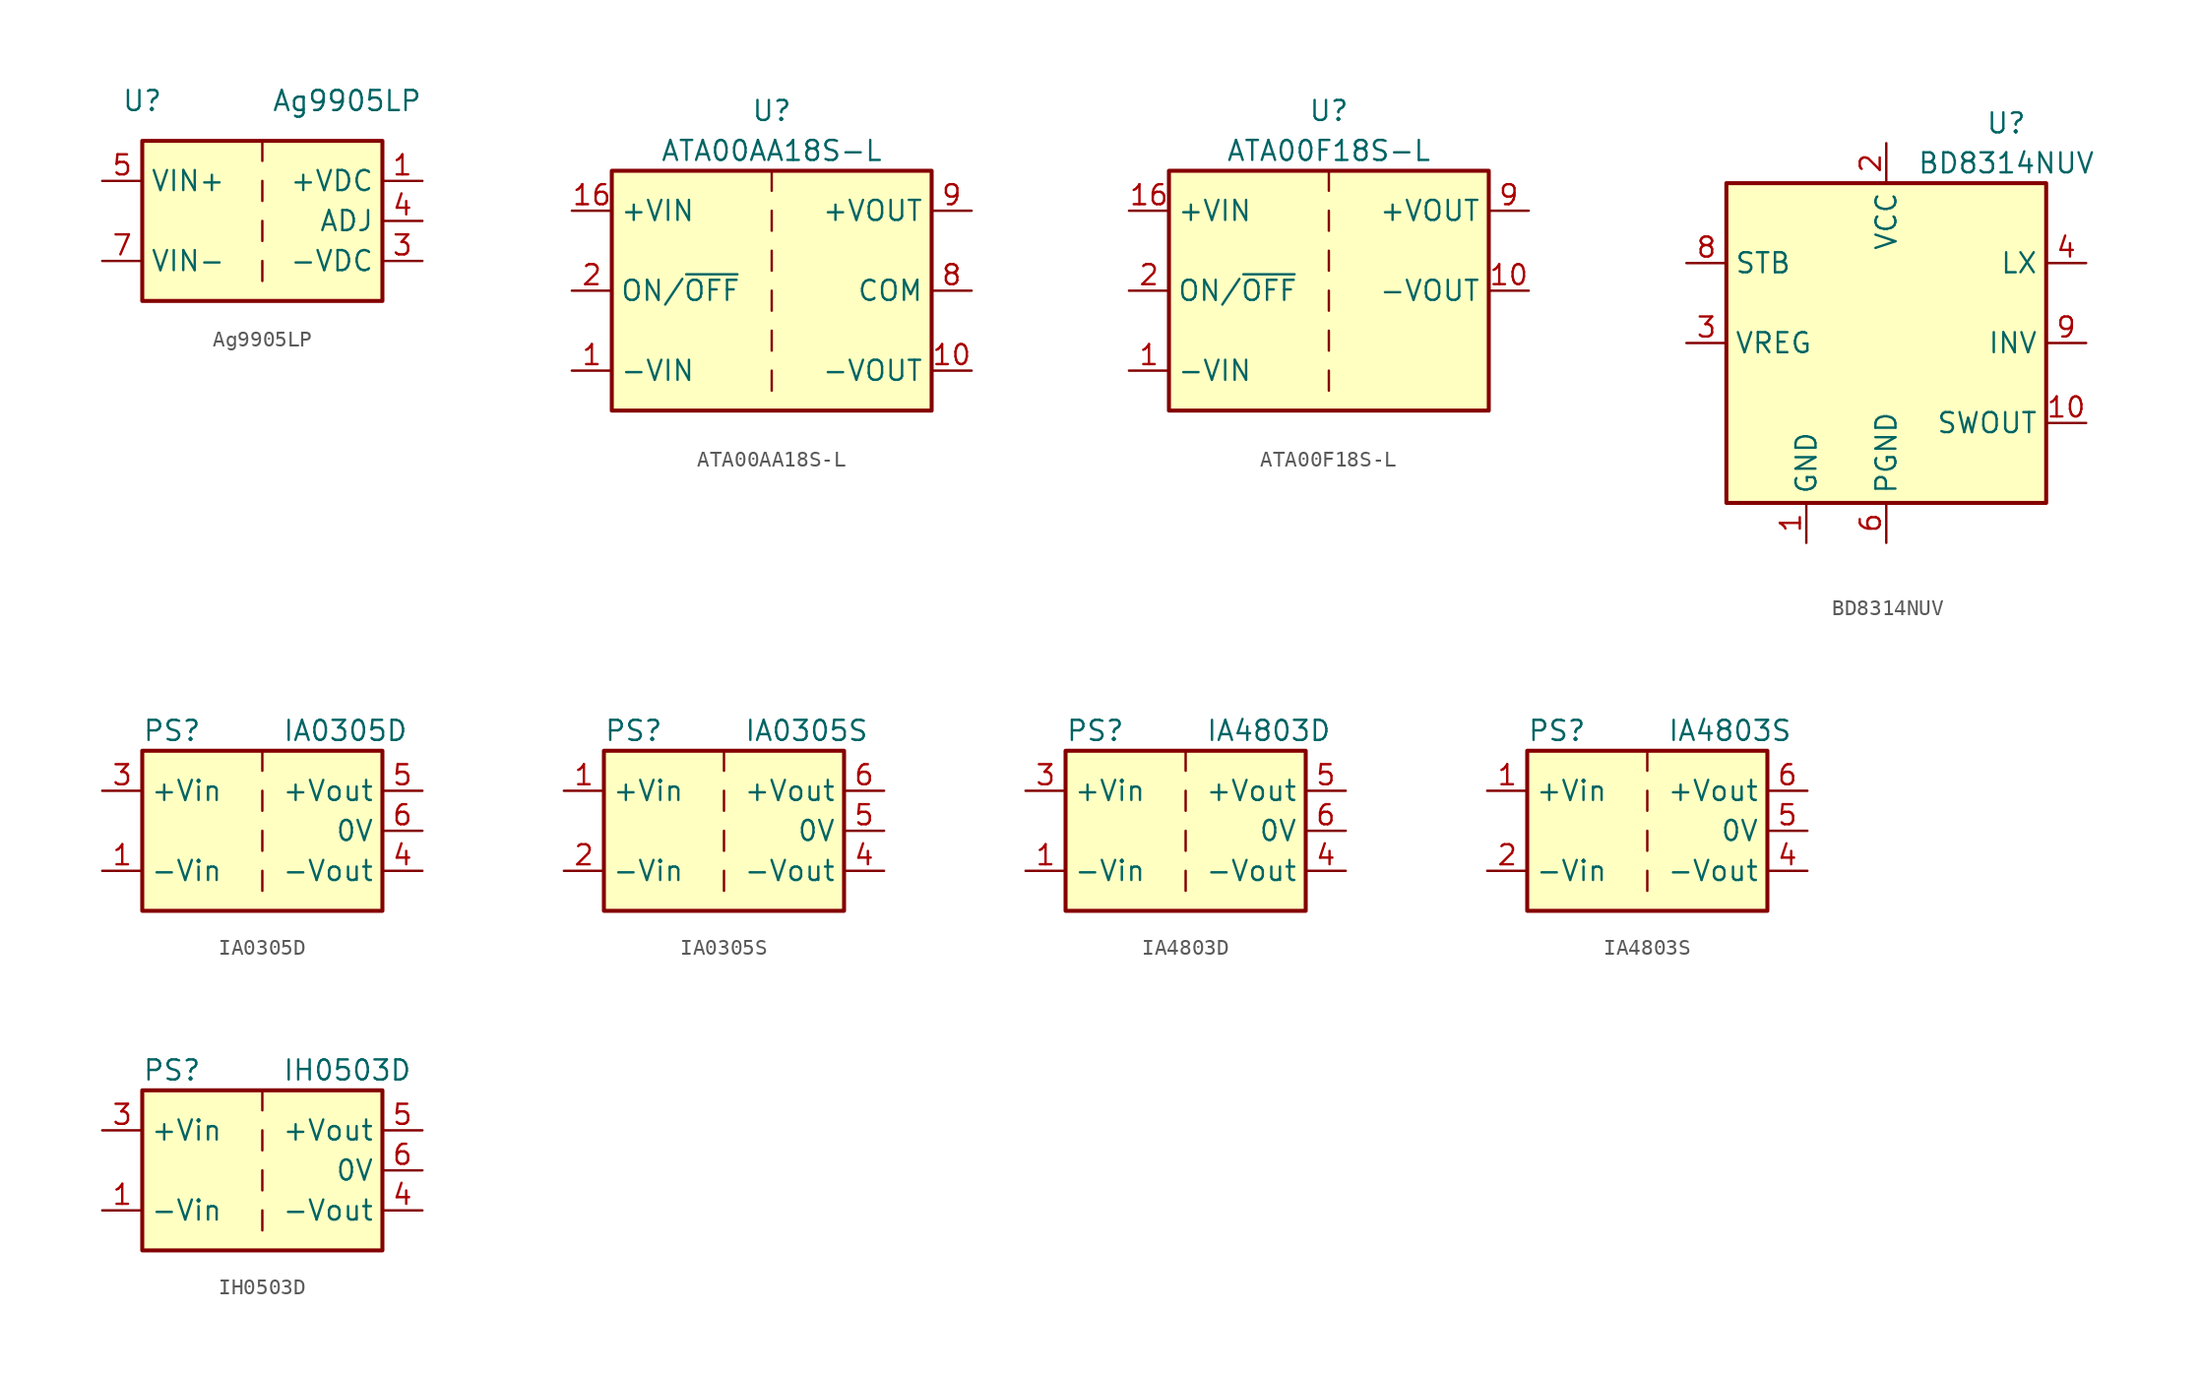
<source format=kicad_sym>
(kicad_symbol_lib
  (version 20241209)
  (generator "kicad_symbol_editor")
  (generator_version "9.0")
  (symbol "Ag9905LP"
    (property "Reference" "U"
      (at -7.62 7.62 0)
      (effects (font (size 1.27 1.27))))
    (property "Value" "Ag9905LP"
      (at 10.16 7.62 0)
      (effects (font (size 1.27 1.27)) (justify right)))
    (symbol "Ag9905LP_0_1"
      (rectangle (start -7.62 5.08) (end 7.62 -5.08) (stroke (width 0.254) (type default)) (fill (type background)))
      (polyline (pts (xy 0 5.08) (xy 0 3.81)) (stroke (width 0) (type default)) (fill (type none)))
      (polyline (pts (xy 0 2.54) (xy 0 1.27)) (stroke (width 0) (type default)) (fill (type none)))
      (polyline (pts (xy 0 0) (xy 0 -1.27)) (stroke (width 0) (type default)) (fill (type none)))
      (polyline (pts (xy 0 -2.54) (xy 0 -3.81)) (stroke (width 0) (type default)) (fill (type none))))
    (symbol "Ag9905LP_1_1"
      (pin power_in line (at -10.16 2.54 0) (length 2.54) (name "VIN+" (effects (font (size 1.27 1.27)))) (number "5" (effects (font (size 1.27 1.27)))))
      (pin passive line (at -10.16 2.54 0) (length 2.54) (hide yes) (name "VIN+" (effects (font (size 1.27 1.27)))) (number "6" (effects (font (size 1.27 1.27)))))
      (pin power_in line (at -10.16 -2.54 0) (length 2.54) (name "VIN-" (effects (font (size 1.27 1.27)))) (number "7" (effects (font (size 1.27 1.27)))))
      (pin passive line (at -10.16 -2.54 0) (length 2.54) (hide yes) (name "VIN-" (effects (font (size 1.27 1.27)))) (number "8" (effects (font (size 1.27 1.27)))))
      (pin power_out line (at 10.16 2.54 180) (length 2.54) (name "+VDC" (effects (font (size 1.27 1.27)))) (number "1" (effects (font (size 1.27 1.27)))))
      (pin passive line (at 10.16 2.54 180) (length 2.54) (hide yes) (name "+VDC" (effects (font (size 1.27 1.27)))) (number "2" (effects (font (size 1.27 1.27)))))
      (pin passive line (at 10.16 0 180) (length 2.54) (name "ADJ" (effects (font (size 1.27 1.27)))) (number "4" (effects (font (size 1.27 1.27)))))
      (pin power_out line (at 10.16 -2.54 180) (length 2.54) (name "-VDC" (effects (font (size 1.27 1.27)))) (number "3" (effects (font (size 1.27 1.27)))))))
  (symbol "ATA00AA18S-L"
    (property "Reference" "U"
      (at 0 11.43 0)
      (effects (font (size 1.27 1.27))))
    (property "Value" "ATA00AA18S-L"
      (at 0 8.89 0)
      (effects (font (size 1.27 1.27))))
    (symbol "ATA00AA18S-L_0_1"
      (rectangle (start -10.16 7.62) (end 10.16 -7.62) (stroke (width 0.254) (type default)) (fill (type background)))
      (polyline (pts (xy 0 7.62) (xy 0 6.35)) (stroke (width 0) (type default)) (fill (type none)))
      (polyline (pts (xy 0 5.08) (xy 0 3.81)) (stroke (width 0) (type default)) (fill (type none)))
      (polyline (pts (xy 0 2.54) (xy 0 1.27)) (stroke (width 0) (type default)) (fill (type none)))
      (polyline (pts (xy 0 0) (xy 0 -1.27)) (stroke (width 0) (type default)) (fill (type none)))
      (polyline (pts (xy 0 -2.54) (xy 0 -3.81)) (stroke (width 0) (type default)) (fill (type none)))
      (polyline (pts (xy 0 -5.08) (xy 0 -6.35)) (stroke (width 0) (type default)) (fill (type none))))
    (symbol "ATA00AA18S-L_1_1"
      (pin power_in line (at -12.7 5.08 0) (length 2.54) (name "+VIN" (effects (font (size 1.27 1.27)))) (number "16" (effects (font (size 1.27 1.27)))))
      (pin input line (at -12.7 0 0) (length 2.54) (name "ON/~{OFF}" (effects (font (size 1.27 1.27)))) (number "2" (effects (font (size 1.27 1.27)))))
      (pin power_in line (at -12.7 -5.08 0) (length 2.54) (name "-VIN" (effects (font (size 1.27 1.27)))) (number "1" (effects (font (size 1.27 1.27)))))
      (pin no_connect line (at 10.16 2.54 180) (length 2.54) (hide yes) (name "NC" (effects (font (size 1.27 1.27)))) (number "7" (effects (font (size 1.27 1.27)))))
      (pin power_out line (at 12.7 5.08 180) (length 2.54) (name "+VOUT" (effects (font (size 1.27 1.27)))) (number "9" (effects (font (size 1.27 1.27)))))
      (pin power_out line (at 12.7 0 180) (length 2.54) (name "COM" (effects (font (size 1.27 1.27)))) (number "8" (effects (font (size 1.27 1.27)))))
      (pin power_out line (at 12.7 -5.08 180) (length 2.54) (name "-VOUT" (effects (font (size 1.27 1.27)))) (number "10" (effects (font (size 1.27 1.27)))))))
  (symbol "ATA00F18S-L"
    (property "Reference" "U"
      (at 0 11.43 0)
      (effects (font (size 1.27 1.27))))
    (property "Value" "ATA00F18S-L"
      (at 0 8.89 0)
      (effects (font (size 1.27 1.27))))
    (symbol "ATA00F18S-L_0_1"
      (rectangle (start -10.16 7.62) (end 10.16 -7.62) (stroke (width 0.254) (type default)) (fill (type background)))
      (polyline (pts (xy 0 7.62) (xy 0 6.35)) (stroke (width 0) (type default)) (fill (type none)))
      (polyline (pts (xy 0 5.08) (xy 0 3.81)) (stroke (width 0) (type default)) (fill (type none)))
      (polyline (pts (xy 0 2.54) (xy 0 1.27)) (stroke (width 0) (type default)) (fill (type none)))
      (polyline (pts (xy 0 0) (xy 0 -1.27)) (stroke (width 0) (type default)) (fill (type none)))
      (polyline (pts (xy 0 -2.54) (xy 0 -3.81)) (stroke (width 0) (type default)) (fill (type none)))
      (polyline (pts (xy 0 -5.08) (xy 0 -6.35)) (stroke (width 0) (type default)) (fill (type none))))
    (symbol "ATA00F18S-L_1_1"
      (pin power_in line (at -12.7 5.08 0) (length 2.54) (name "+VIN" (effects (font (size 1.27 1.27)))) (number "16" (effects (font (size 1.27 1.27)))))
      (pin input line (at -12.7 0 0) (length 2.54) (name "ON/~{OFF}" (effects (font (size 1.27 1.27)))) (number "2" (effects (font (size 1.27 1.27)))))
      (pin power_in line (at -12.7 -5.08 0) (length 2.54) (name "-VIN" (effects (font (size 1.27 1.27)))) (number "1" (effects (font (size 1.27 1.27)))))
      (pin no_connect line (at 10.16 -2.54 180) (length 2.54) (hide yes) (name "NC" (effects (font (size 1.27 1.27)))) (number "7" (effects (font (size 1.27 1.27)))))
      (pin no_connect line (at 10.16 -5.08 180) (length 2.54) (hide yes) (name "NC" (effects (font (size 1.27 1.27)))) (number "8" (effects (font (size 1.27 1.27)))))
      (pin power_out line (at 12.7 5.08 180) (length 2.54) (name "+VOUT" (effects (font (size 1.27 1.27)))) (number "9" (effects (font (size 1.27 1.27)))))
      (pin power_out line (at 12.7 0 180) (length 2.54) (name "-VOUT" (effects (font (size 1.27 1.27)))) (number "10" (effects (font (size 1.27 1.27)))))))
  (symbol "BD8314NUV"
    (property "Reference" "U"
      (at 7.62 13.97 0)
      (effects (font (size 1.27 1.27))))
    (property "Value" "BD8314NUV"
      (at 7.62 11.43 0)
      (effects (font (size 1.27 1.27))))
    (symbol "BD8314NUV_0_1"
      (rectangle (start -10.16 10.16) (end 10.16 -10.16) (stroke (width 0.254) (type default)) (fill (type background))))
    (symbol "BD8314NUV_1_1"
      (pin input line (at -12.7 5.08 0) (length 2.54) (name "STB" (effects (font (size 1.27 1.27)))) (number "8" (effects (font (size 1.27 1.27)))))
      (pin passive line (at -12.7 0 0) (length 2.54) (name "VREG" (effects (font (size 1.27 1.27)))) (number "3" (effects (font (size 1.27 1.27)))))
      (pin power_in line (at -5.08 -12.7 90) (length 2.54) (name "GND" (effects (font (size 1.27 1.27)))) (number "1" (effects (font (size 1.27 1.27)))))
      (pin power_in line (at 0 12.7 270) (length 2.54) (name "VCC" (effects (font (size 1.27 1.27)))) (number "2" (effects (font (size 1.27 1.27)))))
      (pin passive line (at 0 -12.7 90) (length 2.54) (hide yes) (name "PGND" (effects (font (size 1.27 1.27)))) (number "11" (effects (font (size 1.27 1.27)))))
      (pin power_in line (at 0 -12.7 90) (length 2.54) (name "PGND" (effects (font (size 1.27 1.27)))) (number "6" (effects (font (size 1.27 1.27)))))
      (pin passive line (at 0 -12.7 90) (length 2.54) (hide yes) (name "PGND" (effects (font (size 1.27 1.27)))) (number "7" (effects (font (size 1.27 1.27)))))
      (pin passive line (at 12.7 5.08 180) (length 2.54) (name "LX" (effects (font (size 1.27 1.27)))) (number "4" (effects (font (size 1.27 1.27)))))
      (pin passive line (at 12.7 5.08 180) (length 2.54) (hide yes) (name "LX" (effects (font (size 1.27 1.27)))) (number "5" (effects (font (size 1.27 1.27)))))
      (pin passive line (at 12.7 0 180) (length 2.54) (name "INV" (effects (font (size 1.27 1.27)))) (number "9" (effects (font (size 1.27 1.27)))))
      (pin passive line (at 12.7 -5.08 180) (length 2.54) (name "SWOUT" (effects (font (size 1.27 1.27)))) (number "10" (effects (font (size 1.27 1.27)))))))
  (symbol "IA0305D"
    (property "Reference" "PS"
      (at -7.62 6.35 0)
      (effects (font (size 1.27 1.27)) (justify left)))
    (property "Value" "IA0305D"
      (at 1.27 6.35 0)
      (effects (font (size 1.27 1.27)) (justify left)))
    (symbol "IA0305D_0_0"
      (pin power_in line (at -10.16 2.54 0) (length 2.54) (name "+Vin" (effects (font (size 1.27 1.27)))) (number "3" (effects (font (size 1.27 1.27)))))
      (pin power_in line (at -10.16 -2.54 0) (length 2.54) (name "-Vin" (effects (font (size 1.27 1.27)))) (number "1" (effects (font (size 1.27 1.27)))))
      (pin power_out line (at 10.16 2.54 180) (length 2.54) (name "+Vout" (effects (font (size 1.27 1.27)))) (number "5" (effects (font (size 1.27 1.27)))))
      (pin power_out line (at 10.16 0 180) (length 2.54) (name "0V" (effects (font (size 1.27 1.27)))) (number "6" (effects (font (size 1.27 1.27)))))
      (pin power_out line (at 10.16 -2.54 180) (length 2.54) (name "-Vout" (effects (font (size 1.27 1.27)))) (number "4" (effects (font (size 1.27 1.27))))))
    (symbol "IA0305D_0_1"
      (rectangle (start -7.62 5.08) (end 7.62 -5.08) (stroke (width 0.254) (type default)) (fill (type background)))
      (polyline (pts (xy 0 5.08) (xy 0 3.81)) (stroke (width 0) (type default)) (fill (type none)))
      (polyline (pts (xy 0 2.54) (xy 0 1.27)) (stroke (width 0) (type default)) (fill (type none)))
      (polyline (pts (xy 0 0) (xy 0 -1.27)) (stroke (width 0) (type default)) (fill (type none)))
      (polyline (pts (xy 0 -2.54) (xy 0 -3.81)) (stroke (width 0) (type default)) (fill (type none))))
    (symbol "IA0305D_1_1"
      (pin no_connect line (at 0 -5.08 90) (length 2.54) (hide yes) (name "NC" (effects (font (size 1.27 1.27)))) (number "2" (effects (font (size 1.27 1.27)))))))
  (symbol "IA0305S"
    (property "Reference" "PS"
      (at -7.62 6.35 0)
      (effects (font (size 1.27 1.27)) (justify left)))
    (property "Value" "IA0305S"
      (at 1.27 6.35 0)
      (effects (font (size 1.27 1.27)) (justify left)))
    (symbol "IA0305S_0_0"
      (pin power_in line (at -10.16 2.54 0) (length 2.54) (name "+Vin" (effects (font (size 1.27 1.27)))) (number "1" (effects (font (size 1.27 1.27)))))
      (pin power_in line (at -10.16 -2.54 0) (length 2.54) (name "-Vin" (effects (font (size 1.27 1.27)))) (number "2" (effects (font (size 1.27 1.27)))))
      (pin power_out line (at 10.16 2.54 180) (length 2.54) (name "+Vout" (effects (font (size 1.27 1.27)))) (number "6" (effects (font (size 1.27 1.27)))))
      (pin power_out line (at 10.16 0 180) (length 2.54) (name "0V" (effects (font (size 1.27 1.27)))) (number "5" (effects (font (size 1.27 1.27)))))
      (pin power_out line (at 10.16 -2.54 180) (length 2.54) (name "-Vout" (effects (font (size 1.27 1.27)))) (number "4" (effects (font (size 1.27 1.27))))))
    (symbol "IA0305S_0_1"
      (rectangle (start -7.62 5.08) (end 7.62 -5.08) (stroke (width 0.254) (type default)) (fill (type background)))
      (polyline (pts (xy 0 5.08) (xy 0 3.81)) (stroke (width 0) (type default)) (fill (type none)))
      (polyline (pts (xy 0 2.54) (xy 0 1.27)) (stroke (width 0) (type default)) (fill (type none)))
      (polyline (pts (xy 0 0) (xy 0 -1.27)) (stroke (width 0) (type default)) (fill (type none)))
      (polyline (pts (xy 0 -2.54) (xy 0 -3.81)) (stroke (width 0) (type default)) (fill (type none)))))
  (symbol "IA4803D"
    (property "Reference" "PS"
      (at -7.62 6.35 0)
      (effects (font (size 1.27 1.27)) (justify left)))
    (property "Value" "IA4803D"
      (at 1.27 6.35 0)
      (effects (font (size 1.27 1.27)) (justify left)))
    (symbol "IA4803D_0_0"
      (pin power_in line (at -10.16 2.54 0) (length 2.54) (name "+Vin" (effects (font (size 1.27 1.27)))) (number "3" (effects (font (size 1.27 1.27)))))
      (pin power_in line (at -10.16 -2.54 0) (length 2.54) (name "-Vin" (effects (font (size 1.27 1.27)))) (number "1" (effects (font (size 1.27 1.27)))))
      (pin power_out line (at 10.16 2.54 180) (length 2.54) (name "+Vout" (effects (font (size 1.27 1.27)))) (number "5" (effects (font (size 1.27 1.27)))))
      (pin power_out line (at 10.16 0 180) (length 2.54) (name "0V" (effects (font (size 1.27 1.27)))) (number "6" (effects (font (size 1.27 1.27)))))
      (pin power_out line (at 10.16 -2.54 180) (length 2.54) (name "-Vout" (effects (font (size 1.27 1.27)))) (number "4" (effects (font (size 1.27 1.27))))))
    (symbol "IA4803D_0_1"
      (rectangle (start -7.62 5.08) (end 7.62 -5.08) (stroke (width 0.254) (type default)) (fill (type background)))
      (polyline (pts (xy 0 5.08) (xy 0 3.81)) (stroke (width 0) (type default)) (fill (type none)))
      (polyline (pts (xy 0 2.54) (xy 0 1.27)) (stroke (width 0) (type default)) (fill (type none)))
      (polyline (pts (xy 0 0) (xy 0 -1.27)) (stroke (width 0) (type default)) (fill (type none)))
      (polyline (pts (xy 0 -2.54) (xy 0 -3.81)) (stroke (width 0) (type default)) (fill (type none))))
    (symbol "IA4803D_1_1"
      (pin no_connect line (at 0 -5.08 90) (length 2.54) (hide yes) (name "NC" (effects (font (size 1.27 1.27)))) (number "2" (effects (font (size 1.27 1.27)))))))
  (symbol "IA4803S"
    (property "Reference" "PS"
      (at -7.62 6.35 0)
      (effects (font (size 1.27 1.27)) (justify left)))
    (property "Value" "IA4803S"
      (at 1.27 6.35 0)
      (effects (font (size 1.27 1.27)) (justify left)))
    (symbol "IA4803S_0_0"
      (pin power_in line (at -10.16 2.54 0) (length 2.54) (name "+Vin" (effects (font (size 1.27 1.27)))) (number "1" (effects (font (size 1.27 1.27)))))
      (pin power_in line (at -10.16 -2.54 0) (length 2.54) (name "-Vin" (effects (font (size 1.27 1.27)))) (number "2" (effects (font (size 1.27 1.27)))))
      (pin power_out line (at 10.16 2.54 180) (length 2.54) (name "+Vout" (effects (font (size 1.27 1.27)))) (number "6" (effects (font (size 1.27 1.27)))))
      (pin power_out line (at 10.16 0 180) (length 2.54) (name "0V" (effects (font (size 1.27 1.27)))) (number "5" (effects (font (size 1.27 1.27)))))
      (pin power_out line (at 10.16 -2.54 180) (length 2.54) (name "-Vout" (effects (font (size 1.27 1.27)))) (number "4" (effects (font (size 1.27 1.27))))))
    (symbol "IA4803S_0_1"
      (rectangle (start -7.62 5.08) (end 7.62 -5.08) (stroke (width 0.254) (type default)) (fill (type background)))
      (polyline (pts (xy 0 5.08) (xy 0 3.81)) (stroke (width 0) (type default)) (fill (type none)))
      (polyline (pts (xy 0 2.54) (xy 0 1.27)) (stroke (width 0) (type default)) (fill (type none)))
      (polyline (pts (xy 0 0) (xy 0 -1.27)) (stroke (width 0) (type default)) (fill (type none)))
      (polyline (pts (xy 0 -2.54) (xy 0 -3.81)) (stroke (width 0) (type default)) (fill (type none)))))
  (symbol "IH0503D"
    (property "Reference" "PS"
      (at -7.62 6.35 0)
      (effects (font (size 1.27 1.27)) (justify left)))
    (property "Value" "IH0503D"
      (at 1.27 6.35 0)
      (effects (font (size 1.27 1.27)) (justify left)))
    (symbol "IH0503D_0_0"
      (pin power_in line (at -10.16 2.54 0) (length 2.54) (name "+Vin" (effects (font (size 1.27 1.27)))) (number "3" (effects (font (size 1.27 1.27)))))
      (pin power_in line (at -10.16 -2.54 0) (length 2.54) (name "-Vin" (effects (font (size 1.27 1.27)))) (number "1" (effects (font (size 1.27 1.27)))))
      (pin power_out line (at 10.16 2.54 180) (length 2.54) (name "+Vout" (effects (font (size 1.27 1.27)))) (number "5" (effects (font (size 1.27 1.27)))))
      (pin power_out line (at 10.16 0 180) (length 2.54) (name "0V" (effects (font (size 1.27 1.27)))) (number "6" (effects (font (size 1.27 1.27)))))
      (pin power_out line (at 10.16 -2.54 180) (length 2.54) (name "-Vout" (effects (font (size 1.27 1.27)))) (number "4" (effects (font (size 1.27 1.27))))))
    (symbol "IH0503D_0_1"
      (rectangle (start -7.62 5.08) (end 7.62 -5.08) (stroke (width 0.254) (type default)) (fill (type background)))
      (polyline (pts (xy 0 5.08) (xy 0 3.81)) (stroke (width 0) (type default)) (fill (type none)))
      (polyline (pts (xy 0 2.54) (xy 0 1.27)) (stroke (width 0) (type default)) (fill (type none)))
      (polyline (pts (xy 0 0) (xy 0 -1.27)) (stroke (width 0) (type default)) (fill (type none)))
      (polyline (pts (xy 0 -2.54) (xy 0 -3.81)) (stroke (width 0) (type default)) (fill (type none))))
    (symbol "IH0503D_1_1"
      (pin no_connect line (at 0 -5.08 90) (length 2.54) (hide yes) (name "NC" (effects (font (size 1.27 1.27)))) (number "2" (effects (font (size 1.27 1.27))))))))
</source>
